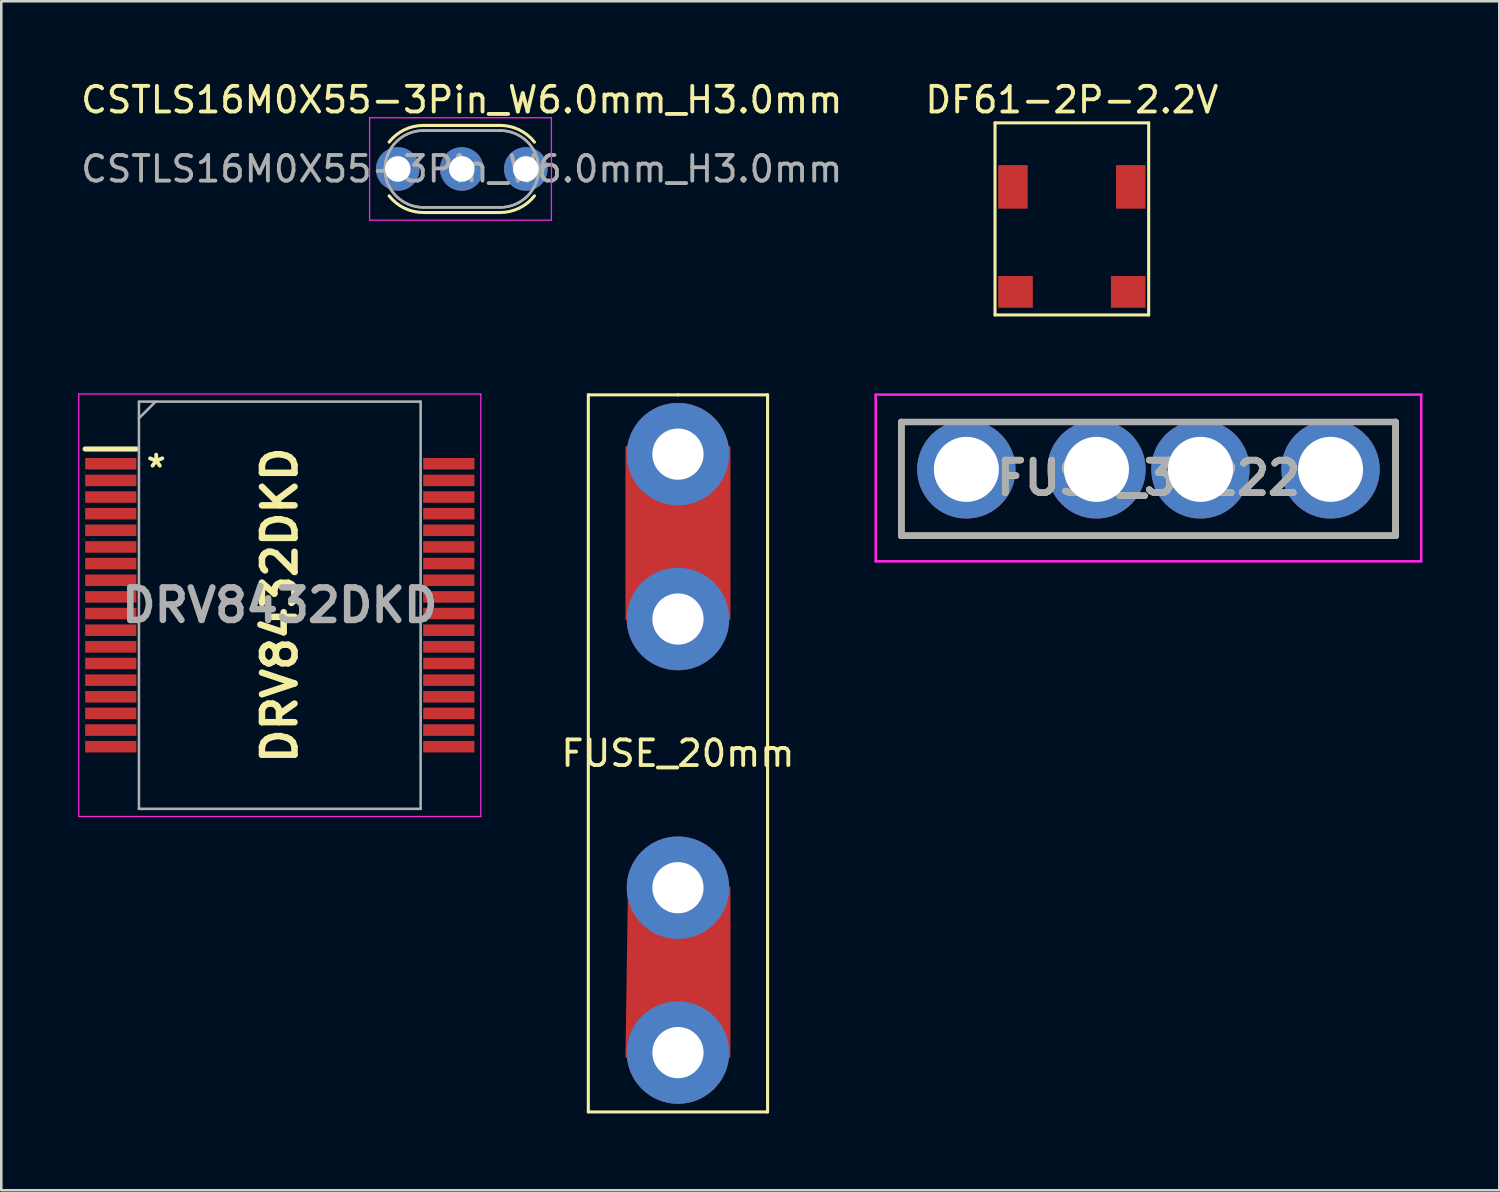
<source format=kicad_pcb>
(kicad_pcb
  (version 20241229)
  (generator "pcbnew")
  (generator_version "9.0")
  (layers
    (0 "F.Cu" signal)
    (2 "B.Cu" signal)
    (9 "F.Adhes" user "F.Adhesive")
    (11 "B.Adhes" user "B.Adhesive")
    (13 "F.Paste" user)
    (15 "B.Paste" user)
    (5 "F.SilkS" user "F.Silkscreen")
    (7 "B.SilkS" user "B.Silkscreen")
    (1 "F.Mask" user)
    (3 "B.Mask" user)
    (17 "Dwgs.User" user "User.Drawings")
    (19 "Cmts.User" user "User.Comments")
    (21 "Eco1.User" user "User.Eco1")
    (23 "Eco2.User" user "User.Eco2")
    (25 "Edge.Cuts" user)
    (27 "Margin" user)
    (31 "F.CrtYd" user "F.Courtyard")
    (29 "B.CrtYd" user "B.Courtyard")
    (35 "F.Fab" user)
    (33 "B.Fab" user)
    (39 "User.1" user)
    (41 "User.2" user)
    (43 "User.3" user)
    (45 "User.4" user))
  (footprint "CSTLS16M0X55-3Pin_W6.0mm_H3.0mm"
    (layer "F.Cu")
    (at 12.482 3.548)
    (property "Reference" "CSTLS16M0X55-3Pin_W6.0mm_H3.0mm" (at 2.5 -2.7 0) (layer "F.SilkS") (effects (font (size 1 1) (thickness 0.15))))
    (attr through_hole)
    (fp_line (start 1 -1.7) (end 4 -1.7) (stroke (width 0.12) (type solid)) (layer "F.SilkS"))
    (fp_line (start 1 1.7) (end 4 1.7) (stroke (width 0.12) (type solid)) (layer "F.SilkS"))
    (fp_arc (start -0.33779 -1.048961) (mid 0.256102 -1.5286) (end 1 -1.7) (stroke (width 0.12) (type solid)) (layer "F.SilkS"))
    (fp_arc (start 1 1.7) (mid 0.256103 1.5286) (end -0.33779 1.048961) (stroke (width 0.12) (type solid)) (layer "F.SilkS"))
    (fp_arc (start 4 -1.7) (mid 4.743897 -1.5286) (end 5.33779 -1.048961) (stroke (width 0.12) (type solid)) (layer "F.SilkS"))
    (fp_arc (start 5.33779 1.048961) (mid 4.743898 1.5286) (end 4 1.7) (stroke (width 0.12) (type solid)) (layer "F.SilkS"))
    (fp_line (start -1.1 -2) (end -1.1 2) (stroke (width 0.05) (type solid)) (layer "F.CrtYd"))
    (fp_line (start -1.1 2) (end 6 2) (stroke (width 0.05) (type solid)) (layer "F.CrtYd"))
    (fp_line (start 6 -2) (end -1.1 -2) (stroke (width 0.05) (type solid)) (layer "F.CrtYd"))
    (fp_line (start 6 2) (end 6 -2) (stroke (width 0.05) (type solid)) (layer "F.CrtYd"))
    (fp_line (start 1 -1.5) (end 4 -1.5) (stroke (width 0.1) (type solid)) (layer "F.Fab"))
    (fp_line (start 1 -1.5) (end 4 -1.5) (stroke (width 0.1) (type solid)) (layer "F.Fab"))
    (fp_line (start 1 1.5) (end 4 1.5) (stroke (width 0.1) (type solid)) (layer "F.Fab"))
    (fp_line (start 1 1.5) (end 4 1.5) (stroke (width 0.1) (type solid)) (layer "F.Fab"))
    (fp_arc (start 1 1.5) (mid -0.5 0) (end 1 -1.5) (stroke (width 0.1) (type solid)) (layer "F.Fab"))
    (fp_arc (start 1 1.5) (mid -0.5 0) (end 1 -1.5) (stroke (width 0.1) (type solid)) (layer "F.Fab"))
    (fp_arc (start 4 -1.5) (mid 5.5 0) (end 4 1.5) (stroke (width 0.1) (type solid)) (layer "F.Fab"))
    (fp_arc (start 4 -1.5) (mid 5.5 0) (end 4 1.5) (stroke (width 0.1) (type solid)) (layer "F.Fab"))
    (fp_text user "${REFERENCE}" (at 2.5 0 0) (layer "F.Fab") (effects (font (size 1 1) (thickness 0.15))))
    (pad "1" thru_hole circle (at 0 0) (size 1.7 1.7) (drill 1) (layers "*.Cu" "*.Mask"))
    (pad "2" thru_hole circle (at 2.5 0) (size 1.7 1.7) (drill 1) (layers "*.Cu" "*.Mask"))
    (pad "3" thru_hole circle (at 5 0) (size 1.7 1.7) (drill 1) (layers "*.Cu" "*.Mask")))
  (footprint "FUSE_35222"
    (layer "F.Cu")
    (at 41.795 13.428)
    (property "Reference" "FUSE_35222" (at 0 2.185 0) (layer "F.SilkS") (effects (font (size 1.27 1.27) (thickness 0.254))))
    (attr through_hole)
    (fp_line (start -9.65 0) (end -9.65 4.44) (stroke (width 0.254) (type solid)) (layer "F.SilkS"))
    (fp_line (start -9.65 4.44) (end 9.65 4.44) (stroke (width 0.254) (type solid)) (layer "F.SilkS"))
    (fp_line (start 9.65 4.44) (end 9.65 0) (stroke (width 0.254) (type solid)) (layer "F.SilkS"))
    (fp_line (start -10.65 -1.07) (end 10.65 -1.07) (stroke (width 0.1) (type solid)) (layer "F.CrtYd"))
    (fp_line (start -10.65 5.44) (end -10.65 -1.07) (stroke (width 0.1) (type solid)) (layer "F.CrtYd"))
    (fp_line (start 10.65 -1.07) (end 10.65 5.44) (stroke (width 0.1) (type solid)) (layer "F.CrtYd"))
    (fp_line (start 10.65 5.44) (end -10.65 5.44) (stroke (width 0.1) (type solid)) (layer "F.CrtYd"))
    (fp_line (start -9.65 0) (end 9.65 0) (stroke (width 0.254) (type solid)) (layer "F.Fab"))
    (fp_line (start -9.65 4.44) (end -9.65 0) (stroke (width 0.254) (type solid)) (layer "F.Fab"))
    (fp_line (start 9.65 0) (end 9.65 4.44) (stroke (width 0.254) (type solid)) (layer "F.Fab"))
    (fp_line (start 9.65 4.44) (end -9.65 4.44) (stroke (width 0.254) (type solid)) (layer "F.Fab"))
    (fp_text user "${REFERENCE}" (at 0 2.185 0) (layer "F.Fab") (effects (font (size 1.27 1.27) (thickness 0.254))))
    (pad "1" thru_hole circle (at -7.11 1.85) (size 3.84 3.84) (drill 2.54) (layers "*.Cu" "*.Mask"))
    (pad "2" thru_hole circle (at 7.11 1.85) (size 3.84 3.84) (drill 2.54) (layers "*.Cu" "*.Mask"))
    (pad "3" thru_hole circle (at -2.03 1.85) (size 3.84 3.84) (drill 2.54) (layers "*.Cu" "*.Mask"))
    (pad "4" thru_hole circle (at 2.03 1.85) (size 3.84 3.84) (drill 2.54) (layers "*.Cu" "*.Mask")))
  (footprint "DF61-2P-2.2V"
    (layer "F.Cu")
    (at 38.804 6.248)
    (property "Reference" "DF61-2P-2.2V" (at 0 -5.4 0) (layer "F.SilkS") (effects (font (size 1 1) (thickness 0.15))))
    (attr through_hole)
    (fp_line (start -3 -4.5) (end 3 -4.5) (stroke (width 0.12) (type solid)) (layer "F.SilkS"))
    (fp_line (start -3 3) (end -3 -4.5) (stroke (width 0.12) (type solid)) (layer "F.SilkS"))
    (fp_line (start 3 -4.5) (end 3 3) (stroke (width 0.12) (type solid)) (layer "F.SilkS"))
    (fp_line (start 3 3) (end -3 3) (stroke (width 0.12) (type solid)) (layer "F.SilkS"))
    (pad "" smd rect (at -2.2 2.1) (size 1.35 1.24) (layers "F.Cu" "F.Mask" "F.Paste"))
    (pad "" smd rect (at 2.2 2.1) (size 1.35 1.24) (layers "F.Cu" "F.Mask" "F.Paste"))
    (pad "1" smd rect (at -2.3 -2) (size 1.15 1.7) (layers "F.Cu" "F.Mask" "F.Paste"))
    (pad "2" smd rect (at 2.3 -2) (size 1.15 1.7) (layers "F.Cu" "F.Mask" "F.Paste")))
  (footprint "FUSE_20mm"
    (layer "F.Cu")
    (at 23.423 26.368)
    (property "Reference" "FUSE_20mm" (at 0 0 0) (layer "F.SilkS") (effects (font (size 1 1) (thickness 0.15))))
    (attr through_hole)
    (fp_poly (pts (xy -2 -11.946) (xy 2 -11.946) (xy 2 -5.246) (xy -2 -5.246)) (stroke (width 0.1) (type solid)) (fill yes) (layer "F.Cu"))
    (fp_poly (pts (xy -1.9 5.046) (xy 2 5.246) (xy 2 11.846) (xy -2 11.846)) (stroke (width 0.1) (type solid)) (fill yes) (layer "F.Cu"))
    (fp_line (start -3.5 -14) (end 0 -14) (stroke (width 0.12) (type solid)) (layer "F.SilkS"))
    (fp_line (start -3.5 14) (end -3.5 -14) (stroke (width 0.12) (type solid)) (layer "F.SilkS"))
    (fp_line (start 0 -14) (end 3.5 -14) (stroke (width 0.12) (type solid)) (layer "F.SilkS"))
    (fp_line (start 3.5 -14) (end 3.5 14) (stroke (width 0.12) (type solid)) (layer "F.SilkS"))
    (fp_line (start 3.5 14) (end -3.5 14) (stroke (width 0.12) (type solid)) (layer "F.SilkS"))
    (pad "" thru_hole circle (at 0 -5.246) (size 4 4) (drill 2) (layers "*.Cu" "*.Mask"))
    (pad "" thru_hole circle (at 0 5.246) (size 4 4) (drill 2) (layers "*.Cu" "*.Mask"))
    (pad "1" thru_hole circle (at 0 -11.684) (size 4 4) (drill 2) (layers "*.Cu" "*.Mask"))
    (pad "2" thru_hole circle (at 0 11.684) (size 4 4) (drill 2) (layers "*.Cu" "*.Mask")))
  (footprint "DRV8432DKD"
    (layer "F.Cu")
    (at 7.875 20.583)
    (property "Reference" "DRV8432DKD" (at 0 0 270) (layer "F.SilkS") (effects (font (size 1.27 1.27) (thickness 0.254))))
    (attr smd)
    (fp_line (start -7.6 -6.1) (end -5.6 -6.1) (stroke (width 0.2) (type solid)) (layer "F.SilkS"))
    (fp_line (start -7.85 -8.25) (end 7.85 -8.25) (stroke (width 0.05) (type solid)) (layer "F.CrtYd"))
    (fp_line (start -7.85 8.25) (end -7.85 -8.25) (stroke (width 0.05) (type solid)) (layer "F.CrtYd"))
    (fp_line (start 7.85 -8.25) (end 7.85 8.25) (stroke (width 0.05) (type solid)) (layer "F.CrtYd"))
    (fp_line (start 7.85 8.25) (end -7.85 8.25) (stroke (width 0.05) (type solid)) (layer "F.CrtYd"))
    (fp_line (start -5.5 -7.95) (end 5.5 -7.95) (stroke (width 0.1) (type solid)) (layer "F.Fab"))
    (fp_line (start -5.5 -7.3) (end -4.85 -7.95) (stroke (width 0.1) (type solid)) (layer "F.Fab"))
    (fp_line (start -5.5 7.95) (end -5.5 -7.95) (stroke (width 0.1) (type solid)) (layer "F.Fab"))
    (fp_line (start 5.5 -7.95) (end 5.5 7.95) (stroke (width 0.1) (type solid)) (layer "F.Fab"))
    (fp_line (start 5.5 7.95) (end -5.5 7.95) (stroke (width 0.1) (type solid)) (layer "F.Fab"))
    (fp_text user "*" (at -4.826 -5.334 0) (layer "F.SilkS") (effects (font (size 1 1) (thickness 0.15))))
    (fp_text user "${REFERENCE}" (at 0 0 0) (layer "F.Fab") (effects (font (size 1.27 1.27) (thickness 0.254))))
    (pad "1" smd rect (at -6.6 -5.525 90) (size 0.45 2) (layers "F.Cu" "F.Mask" "F.Paste"))
    (pad "2" smd rect (at -6.6 -4.875 90) (size 0.45 2) (layers "F.Cu" "F.Mask" "F.Paste"))
    (pad "3" smd rect (at -6.6 -4.225 90) (size 0.45 2) (layers "F.Cu" "F.Mask" "F.Paste"))
    (pad "4" smd rect (at -6.6 -3.575 90) (size 0.45 2) (layers "F.Cu" "F.Mask" "F.Paste"))
    (pad "5" smd rect (at -6.6 -2.925 90) (size 0.45 2) (layers "F.Cu" "F.Mask" "F.Paste"))
    (pad "6" smd rect (at -6.6 -2.275 90) (size 0.45 2) (layers "F.Cu" "F.Mask" "F.Paste"))
    (pad "7" smd rect (at -6.6 -1.625 90) (size 0.45 2) (layers "F.Cu" "F.Mask" "F.Paste"))
    (pad "8" smd rect (at -6.6 -0.975 90) (size 0.45 2) (layers "F.Cu" "F.Mask" "F.Paste"))
    (pad "9" smd rect (at -6.6 -0.325 90) (size 0.45 2) (layers "F.Cu" "F.Mask" "F.Paste"))
    (pad "10" smd rect (at -6.6 0.325 90) (size 0.45 2) (layers "F.Cu" "F.Mask" "F.Paste"))
    (pad "11" smd rect (at -6.6 0.975 90) (size 0.45 2) (layers "F.Cu" "F.Mask" "F.Paste"))
    (pad "12" smd rect (at -6.6 1.625 90) (size 0.45 2) (layers "F.Cu" "F.Mask" "F.Paste"))
    (pad "13" smd rect (at -6.6 2.275 90) (size 0.45 2) (layers "F.Cu" "F.Mask" "F.Paste"))
    (pad "14" smd rect (at -6.6 2.925 90) (size 0.45 2) (layers "F.Cu" "F.Mask" "F.Paste"))
    (pad "15" smd rect (at -6.6 3.575 90) (size 0.45 2) (layers "F.Cu" "F.Mask" "F.Paste"))
    (pad "16" smd rect (at -6.6 4.225 90) (size 0.45 2) (layers "F.Cu" "F.Mask" "F.Paste"))
    (pad "17" smd rect (at -6.6 4.875 90) (size 0.45 2) (layers "F.Cu" "F.Mask" "F.Paste"))
    (pad "18" smd rect (at -6.6 5.525 90) (size 0.45 2) (layers "F.Cu" "F.Mask" "F.Paste"))
    (pad "19" smd rect (at 6.6 5.525 90) (size 0.45 2) (layers "F.Cu" "F.Mask" "F.Paste"))
    (pad "20" smd rect (at 6.6 4.875 90) (size 0.45 2) (layers "F.Cu" "F.Mask" "F.Paste"))
    (pad "21" smd rect (at 6.6 4.225 90) (size 0.45 2) (layers "F.Cu" "F.Mask" "F.Paste"))
    (pad "22" smd rect (at 6.6 3.575 90) (size 0.45 2) (layers "F.Cu" "F.Mask" "F.Paste"))
    (pad "23" smd rect (at 6.6 2.925 90) (size 0.45 2) (layers "F.Cu" "F.Mask" "F.Paste"))
    (pad "24" smd rect (at 6.6 2.275 90) (size 0.45 2) (layers "F.Cu" "F.Mask" "F.Paste"))
    (pad "25" smd rect (at 6.6 1.625 90) (size 0.45 2) (layers "F.Cu" "F.Mask" "F.Paste"))
    (pad "26" smd rect (at 6.6 0.975 90) (size 0.45 2) (layers "F.Cu" "F.Mask" "F.Paste"))
    (pad "27" smd rect (at 6.6 0.325 90) (size 0.45 2) (layers "F.Cu" "F.Mask" "F.Paste"))
    (pad "28" smd rect (at 6.6 -0.325 90) (size 0.45 2) (layers "F.Cu" "F.Mask" "F.Paste"))
    (pad "29" smd rect (at 6.6 -0.975 90) (size 0.45 2) (layers "F.Cu" "F.Mask" "F.Paste"))
    (pad "30" smd rect (at 6.6 -1.625 90) (size 0.45 2) (layers "F.Cu" "F.Mask" "F.Paste"))
    (pad "31" smd rect (at 6.6 -2.275 90) (size 0.45 2) (layers "F.Cu" "F.Mask" "F.Paste"))
    (pad "32" smd rect (at 6.6 -2.925 90) (size 0.45 2) (layers "F.Cu" "F.Mask" "F.Paste"))
    (pad "33" smd rect (at 6.6 -3.575 90) (size 0.45 2) (layers "F.Cu" "F.Mask" "F.Paste"))
    (pad "34" smd rect (at 6.6 -4.225 90) (size 0.45 2) (layers "F.Cu" "F.Mask" "F.Paste"))
    (pad "35" smd rect (at 6.6 -4.875 90) (size 0.45 2) (layers "F.Cu" "F.Mask" "F.Paste"))
    (pad "36" smd rect (at 6.6 -5.525 90) (size 0.45 2) (layers "F.Cu" "F.Mask" "F.Paste")))
  (gr_rect
    (start -3 -3)
    (end 55.495 43.428)
    (stroke (width 0.1) (type default))
    (fill no)
    (layer "Edge.Cuts")))
</source>
